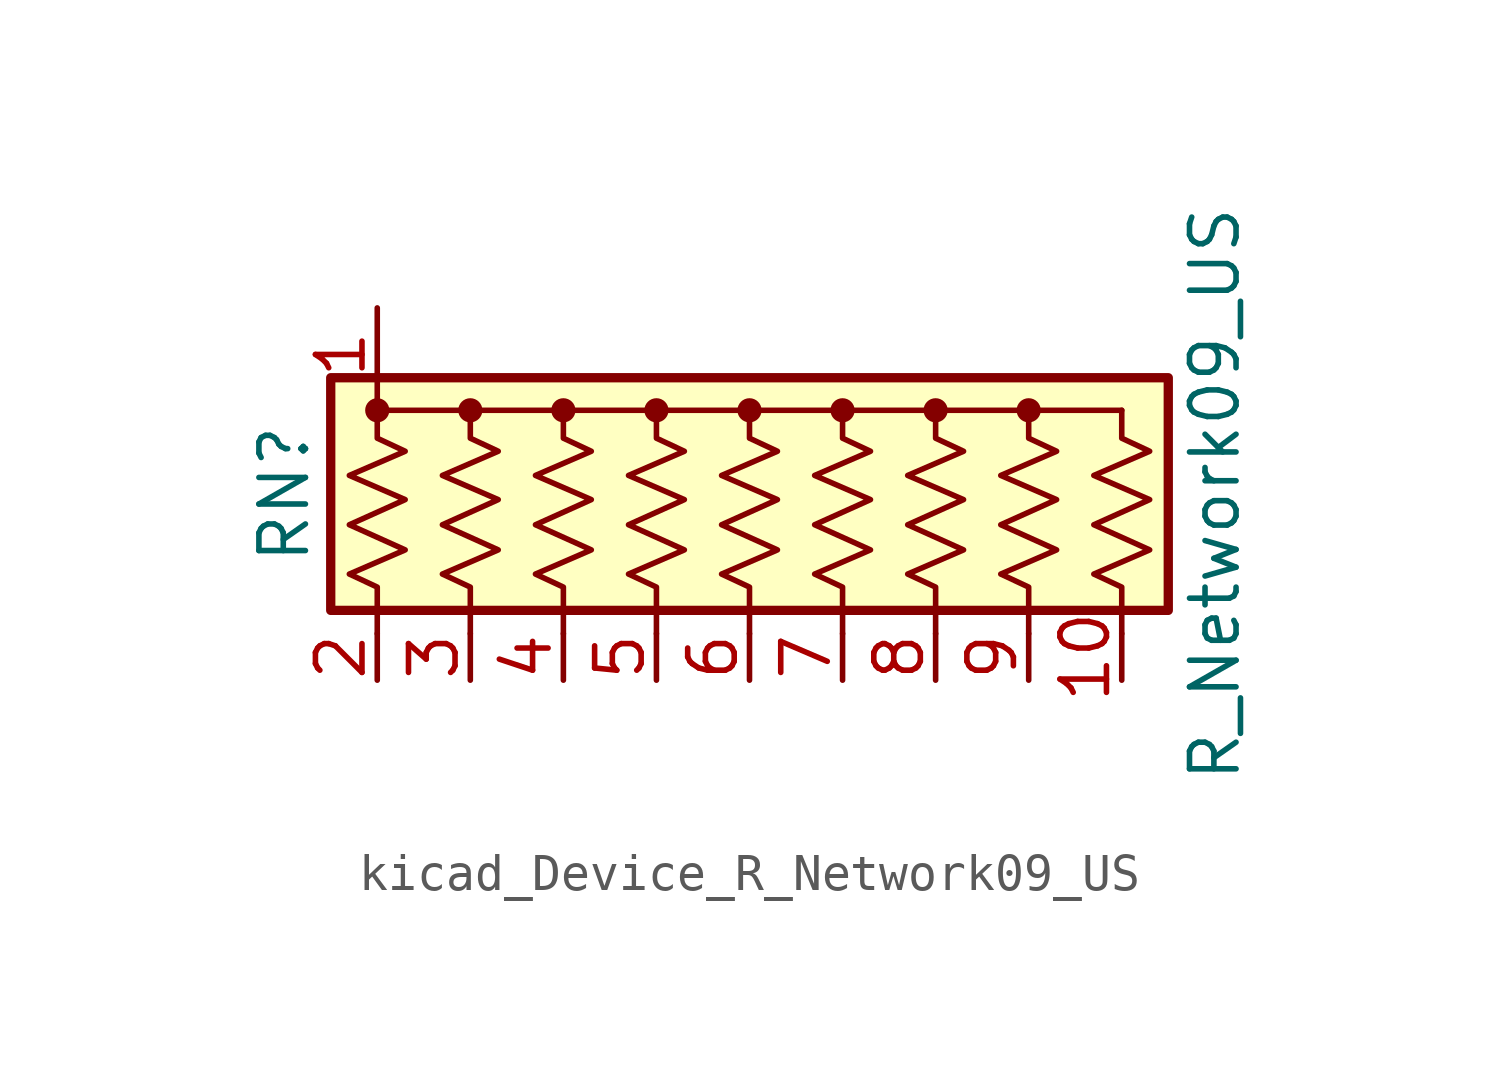
<source format=kicad_sym>
(kicad_symbol_lib
  (version 20220914)
  (generator kicad_symbol_editor)
  (symbol "kicad_Device_R_Network09_US"
    (pin_names
      (offset 0) hide)
    (property "Reference" "RN"
      (at -12.7 0 90)
      (effects (font (size 1.27 1.27))))
    (property "Value" "R_Network09_US"
      (at 12.7 0 90)
      (effects (font (size 1.27 1.27))))
    (symbol "kicad_Device_R_Network09_US_0_1"
      (rectangle (start -11.43 -3.175) (end 11.43 3.175) (stroke (width 0.254) (type default)) (fill (type background)))
      (circle (center -10.16 2.286) (radius 0.254) (stroke (width 0) (type default)) (fill (type outline)))
      (circle (center -7.62 2.286) (radius 0.254) (stroke (width 0) (type default)) (fill (type outline)))
      (circle (center -5.08 2.286) (radius 0.254) (stroke (width 0) (type default)) (fill (type outline)))
      (circle (center -2.54 2.286) (radius 0.254) (stroke (width 0) (type default)) (fill (type outline)))
      (polyline (pts (xy -10.16 2.286) (xy 10.16 2.286)) (stroke (width 0) (type default)) (fill (type none)))
      (polyline (pts (xy -10.16 2.286) (xy -10.16 1.524) (xy -9.398 1.168) (xy -10.922 0.508) (xy -9.398 -0.152) (xy -10.922 -0.838) (xy -9.398 -1.524) (xy -10.922 -2.184) (xy -10.16 -2.54) (xy -10.16 -3.81)) (stroke (width 0) (type default)) (fill (type none)))
      (polyline (pts (xy -7.62 2.286) (xy -7.62 1.524) (xy -6.858 1.168) (xy -8.382 0.508) (xy -6.858 -0.152) (xy -8.382 -0.838) (xy -6.858 -1.524) (xy -8.382 -2.184) (xy -7.62 -2.54) (xy -7.62 -3.81)) (stroke (width 0) (type default)) (fill (type none)))
      (polyline (pts (xy -5.08 2.286) (xy -5.08 1.524) (xy -4.318 1.168) (xy -5.842 0.508) (xy -4.318 -0.152) (xy -5.842 -0.838) (xy -4.318 -1.524) (xy -5.842 -2.184) (xy -5.08 -2.54) (xy -5.08 -3.81)) (stroke (width 0) (type default)) (fill (type none)))
      (polyline (pts (xy -2.54 2.286) (xy -2.54 1.524) (xy -1.778 1.168) (xy -3.302 0.508) (xy -1.778 -0.152) (xy -3.302 -0.838) (xy -1.778 -1.524) (xy -3.302 -2.184) (xy -2.54 -2.54) (xy -2.54 -3.81)) (stroke (width 0) (type default)) (fill (type none)))
      (polyline (pts (xy 0 2.286) (xy 0 1.524) (xy 0.762 1.168) (xy -0.762 0.508) (xy 0.762 -0.152) (xy -0.762 -0.838) (xy 0.762 -1.524) (xy -0.762 -2.184) (xy 0 -2.54) (xy 0 -3.81)) (stroke (width 0) (type default)) (fill (type none)))
      (polyline (pts (xy 2.54 2.286) (xy 2.54 1.524) (xy 3.302 1.168) (xy 1.778 0.508) (xy 3.302 -0.152) (xy 1.778 -0.838) (xy 3.302 -1.524) (xy 1.778 -2.184) (xy 2.54 -2.54) (xy 2.54 -3.81)) (stroke (width 0) (type default)) (fill (type none)))
      (polyline (pts (xy 5.08 2.286) (xy 5.08 1.524) (xy 5.842 1.168) (xy 4.318 0.508) (xy 5.842 -0.152) (xy 4.318 -0.838) (xy 5.842 -1.524) (xy 4.318 -2.184) (xy 5.08 -2.54) (xy 5.08 -3.81)) (stroke (width 0) (type default)) (fill (type none)))
      (polyline (pts (xy 7.62 2.286) (xy 7.62 1.524) (xy 8.382 1.168) (xy 6.858 0.508) (xy 8.382 -0.152) (xy 6.858 -0.838) (xy 8.382 -1.524) (xy 6.858 -2.184) (xy 7.62 -2.54) (xy 7.62 -3.81)) (stroke (width 0) (type default)) (fill (type none)))
      (polyline (pts (xy 10.16 2.286) (xy 10.16 1.524) (xy 10.922 1.168) (xy 9.398 0.508) (xy 10.922 -0.152) (xy 9.398 -0.838) (xy 10.922 -1.524) (xy 9.398 -2.184) (xy 10.16 -2.54) (xy 10.16 -3.81)) (stroke (width 0) (type default)) (fill (type none)))
      (circle (center 0 2.286) (radius 0.254) (stroke (width 0) (type default)) (fill (type outline)))
      (circle (center 2.54 2.286) (radius 0.254) (stroke (width 0) (type default)) (fill (type outline)))
      (circle (center 5.08 2.286) (radius 0.254) (stroke (width 0) (type default)) (fill (type outline)))
      (circle (center 7.62 2.286) (radius 0.254) (stroke (width 0) (type default)) (fill (type outline))))
    (symbol "kicad_Device_R_Network09_US_1_1"
      (pin passive line (at -10.16 5.08 270) (length 2.54) (name "common" (effects (font (size 1.27 1.27)))) (number "1" (effects (font (size 1.27 1.27)))))
      (pin passive line (at 10.16 -5.08 90) (length 1.27) (name "R9" (effects (font (size 1.27 1.27)))) (number "10" (effects (font (size 1.27 1.27)))))
      (pin passive line (at -10.16 -5.08 90) (length 1.27) (name "R1" (effects (font (size 1.27 1.27)))) (number "2" (effects (font (size 1.27 1.27)))))
      (pin passive line (at -7.62 -5.08 90) (length 1.27) (name "R2" (effects (font (size 1.27 1.27)))) (number "3" (effects (font (size 1.27 1.27)))))
      (pin passive line (at -5.08 -5.08 90) (length 1.27) (name "R3" (effects (font (size 1.27 1.27)))) (number "4" (effects (font (size 1.27 1.27)))))
      (pin passive line (at -2.54 -5.08 90) (length 1.27) (name "R4" (effects (font (size 1.27 1.27)))) (number "5" (effects (font (size 1.27 1.27)))))
      (pin passive line (at 0 -5.08 90) (length 1.27) (name "R5" (effects (font (size 1.27 1.27)))) (number "6" (effects (font (size 1.27 1.27)))))
      (pin passive line (at 2.54 -5.08 90) (length 1.27) (name "R6" (effects (font (size 1.27 1.27)))) (number "7" (effects (font (size 1.27 1.27)))))
      (pin passive line (at 5.08 -5.08 90) (length 1.27) (name "R7" (effects (font (size 1.27 1.27)))) (number "8" (effects (font (size 1.27 1.27)))))
      (pin passive line (at 7.62 -5.08 90) (length 1.27) (name "R8" (effects (font (size 1.27 1.27)))) (number "9" (effects (font (size 1.27 1.27))))))))
</source>
